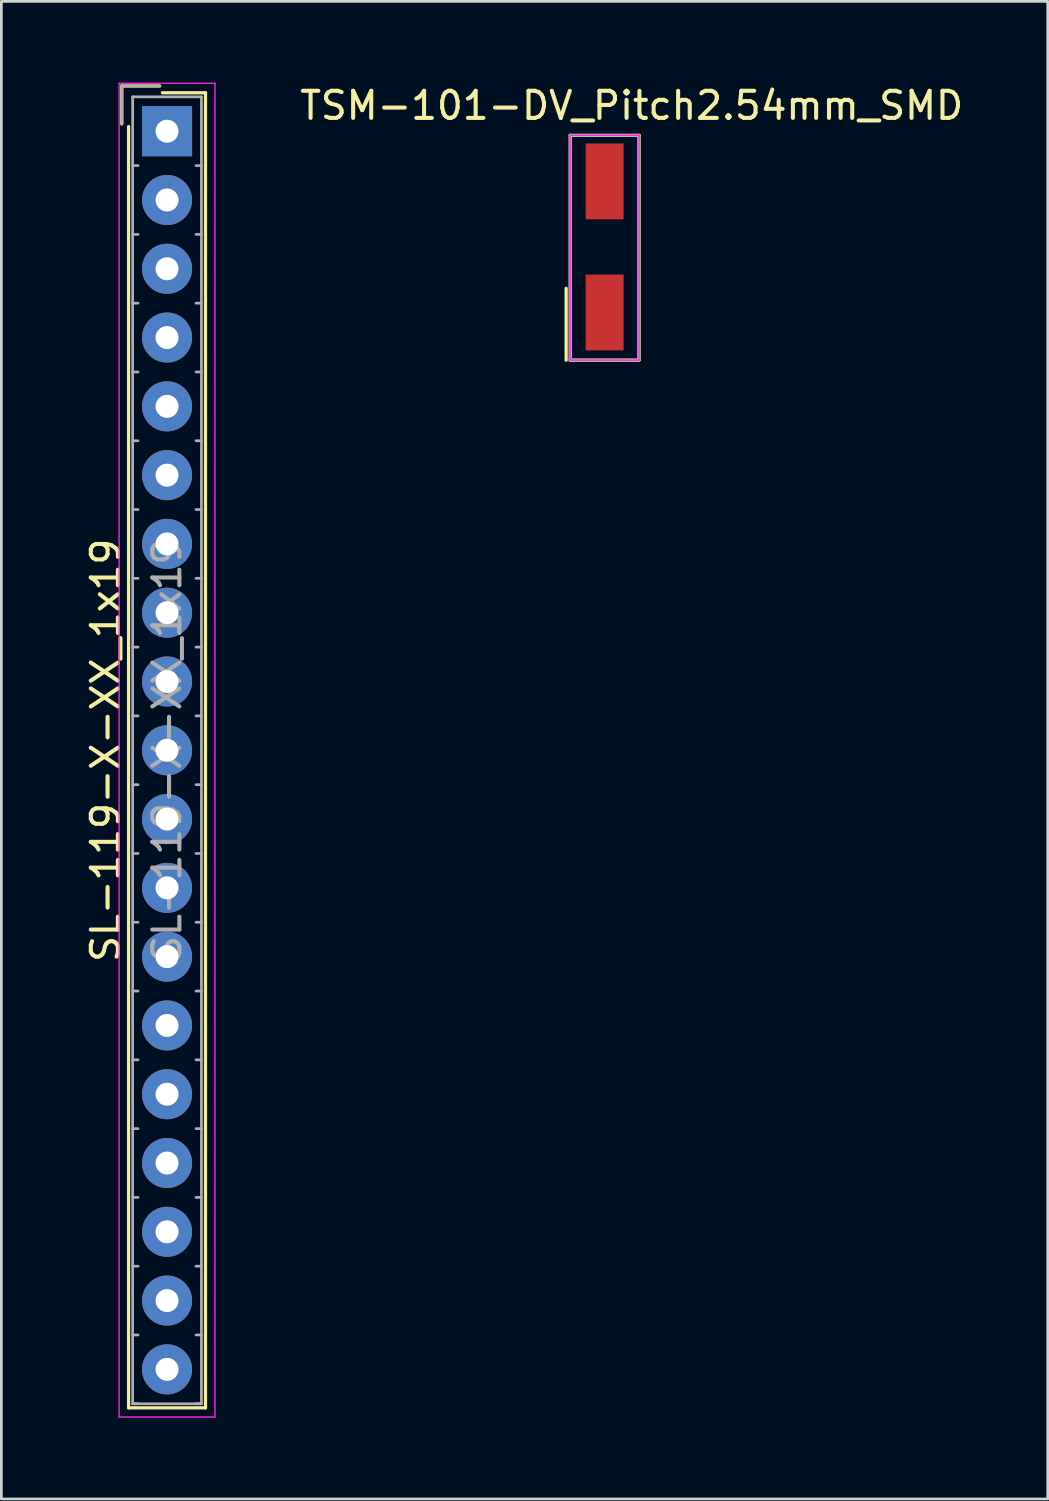
<source format=kicad_pcb>
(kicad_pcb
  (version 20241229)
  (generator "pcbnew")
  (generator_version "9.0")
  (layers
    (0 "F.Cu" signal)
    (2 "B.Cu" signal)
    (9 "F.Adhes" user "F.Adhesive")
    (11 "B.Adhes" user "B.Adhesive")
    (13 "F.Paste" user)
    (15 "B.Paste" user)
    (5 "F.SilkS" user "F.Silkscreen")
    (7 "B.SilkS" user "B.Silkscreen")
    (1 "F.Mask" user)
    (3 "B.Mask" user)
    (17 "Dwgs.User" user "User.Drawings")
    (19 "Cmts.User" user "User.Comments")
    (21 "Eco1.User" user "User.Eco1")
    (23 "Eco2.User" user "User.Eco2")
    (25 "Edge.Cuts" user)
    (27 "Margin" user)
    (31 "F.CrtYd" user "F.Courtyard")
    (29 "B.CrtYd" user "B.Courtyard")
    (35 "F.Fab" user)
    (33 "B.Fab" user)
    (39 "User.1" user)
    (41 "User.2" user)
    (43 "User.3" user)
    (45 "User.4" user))
  (footprint "TSM-101-DV_Pitch2.54mm_SMD"
    (layer "F.Cu")
    (at 19.276 6.068)
    (property "Reference" "TSM-101-DV_Pitch2.54mm_SMD" (at 1 -5.22 0) (layer "F.SilkS") (effects (font (size 1 1) (thickness 0.15))))
    (attr smd)
    (fp_line (start -1.42 4.18) (end -1.42 1.53) (stroke (width 0.12) (type solid)) (layer "F.SilkS"))
    (fp_line (start -1.27 -4.12) (end 1.27 -4.12) (stroke (width 0.12) (type solid)) (layer "F.SilkS"))
    (fp_line (start -1.27 4.18) (end -1.27 -4.12) (stroke (width 0.12) (type solid)) (layer "F.SilkS"))
    (fp_line (start 1.27 -4.12) (end 1.27 4.18) (stroke (width 0.12) (type solid)) (layer "F.SilkS"))
    (fp_line (start 1.27 4.18) (end -1.27 4.18) (stroke (width 0.12) (type solid)) (layer "F.SilkS"))
    (fp_line (start -1.27 -4.12) (end 1.27 -4.12) (stroke (width 0.05) (type solid)) (layer "F.CrtYd"))
    (fp_line (start -1.27 4.18) (end -1.27 -4.12) (stroke (width 0.05) (type solid)) (layer "F.CrtYd"))
    (fp_line (start 1.27 -4.12) (end 1.27 4.18) (stroke (width 0.05) (type solid)) (layer "F.CrtYd"))
    (fp_line (start 1.27 4.18) (end -1.27 4.18) (stroke (width 0.05) (type solid)) (layer "F.CrtYd"))
    (fp_line (start -1.27 -4.12) (end 1.27 -4.12) (stroke (width 0.1) (type solid)) (layer "F.Fab"))
    (fp_line (start -1.27 4.18) (end -1.27 -4.12) (stroke (width 0.1) (type solid)) (layer "F.Fab"))
    (fp_line (start 1.27 -4.12) (end 1.27 4.18) (stroke (width 0.1) (type solid)) (layer "F.Fab"))
    (fp_line (start 1.27 4.18) (end -1.27 4.18) (stroke (width 0.1) (type solid)) (layer "F.Fab"))
    (pad "1" smd rect (at 0 2.42) (size 1.4 2.8) (layers "F.Cu" "F.Mask" "F.Paste"))
    (pad "2" smd rect (at 0 -2.42) (size 1.4 2.8) (layers "F.Cu" "F.Mask" "F.Paste")))
  (footprint "SL-119-X-XX_1x19"
    (layer "F.Cu")
    (at 3.118 1.795)
    (property "Reference" "SL-119-X-XX_1x19" (at -2.27 22.86 90) (layer "F.SilkS") (effects (font (size 1 1) (thickness 0.15))))
    (attr through_hole)
    (fp_line (start -1.67 -1.67) (end -1.67 -0.27) (stroke (width 0.12) (type solid)) (layer "F.SilkS"))
    (fp_line (start -1.42 47.14) (end -1.42 -0.17) (stroke (width 0.12) (type solid)) (layer "F.SilkS"))
    (fp_line (start -0.27 -1.67) (end -1.67 -1.67) (stroke (width 0.12) (type solid)) (layer "F.SilkS"))
    (fp_line (start -0.17 -1.42) (end 1.42 -1.42) (stroke (width 0.12) (type solid)) (layer "F.SilkS"))
    (fp_line (start 1.42 -1.42) (end 1.42 47.14) (stroke (width 0.12) (type solid)) (layer "F.SilkS"))
    (fp_line (start 1.42 47.14) (end -1.42 47.14) (stroke (width 0.12) (type solid)) (layer "F.SilkS"))
    (fp_line (start -1.77 -1.77) (end -1.77 47.48) (stroke (width 0.05) (type solid)) (layer "F.CrtYd"))
    (fp_line (start -1.77 47.48) (end 1.77 47.48) (stroke (width 0.05) (type solid)) (layer "F.CrtYd"))
    (fp_line (start 1.77 -1.77) (end -1.77 -1.77) (stroke (width 0.05) (type solid)) (layer "F.CrtYd"))
    (fp_line (start 1.77 47.48) (end 1.77 -1.77) (stroke (width 0.05) (type solid)) (layer "F.CrtYd"))
    (fp_line (start -1.67 -1.67) (end -1.67 -0.27) (stroke (width 0.1) (type solid)) (layer "F.Fab"))
    (fp_line (start -1.27 -1.27) (end -1.27 46.99) (stroke (width 0.1) (type solid)) (layer "F.Fab"))
    (fp_line (start -1.27 1.27) (end -1.07 1.27) (stroke (width 0.1) (type solid)) (layer "F.Fab"))
    (fp_line (start -1.27 3.81) (end -1.07 3.81) (stroke (width 0.1) (type solid)) (layer "F.Fab"))
    (fp_line (start -1.27 6.35) (end -1.07 6.35) (stroke (width 0.1) (type solid)) (layer "F.Fab"))
    (fp_line (start -1.27 8.89) (end -1.07 8.89) (stroke (width 0.1) (type solid)) (layer "F.Fab"))
    (fp_line (start -1.27 11.43) (end -1.07 11.43) (stroke (width 0.1) (type solid)) (layer "F.Fab"))
    (fp_line (start -1.27 13.97) (end -1.07 13.97) (stroke (width 0.1) (type solid)) (layer "F.Fab"))
    (fp_line (start -1.27 16.51) (end -1.07 16.51) (stroke (width 0.1) (type solid)) (layer "F.Fab"))
    (fp_line (start -1.27 19.05) (end -1.07 19.05) (stroke (width 0.1) (type solid)) (layer "F.Fab"))
    (fp_line (start -1.27 21.59) (end -1.07 21.59) (stroke (width 0.1) (type solid)) (layer "F.Fab"))
    (fp_line (start -1.27 24.13) (end -1.07 24.13) (stroke (width 0.1) (type solid)) (layer "F.Fab"))
    (fp_line (start -1.27 26.67) (end -1.07 26.67) (stroke (width 0.1) (type solid)) (layer "F.Fab"))
    (fp_line (start -1.27 29.21) (end -1.07 29.21) (stroke (width 0.1) (type solid)) (layer "F.Fab"))
    (fp_line (start -1.27 31.75) (end -1.07 31.75) (stroke (width 0.1) (type solid)) (layer "F.Fab"))
    (fp_line (start -1.27 34.29) (end -1.07 34.29) (stroke (width 0.1) (type solid)) (layer "F.Fab"))
    (fp_line (start -1.27 36.83) (end -1.07 36.83) (stroke (width 0.1) (type solid)) (layer "F.Fab"))
    (fp_line (start -1.27 39.37) (end -1.07 39.37) (stroke (width 0.1) (type solid)) (layer "F.Fab"))
    (fp_line (start -1.27 41.91) (end -1.07 41.91) (stroke (width 0.1) (type solid)) (layer "F.Fab"))
    (fp_line (start -1.27 44.45) (end -1.07 44.45) (stroke (width 0.1) (type solid)) (layer "F.Fab"))
    (fp_line (start -1.27 46.99) (end -1.07 46.99) (stroke (width 0.1) (type solid)) (layer "F.Fab"))
    (fp_line (start -1.27 46.99) (end 1.27 46.99) (stroke (width 0.1) (type solid)) (layer "F.Fab"))
    (fp_line (start -0.27 -1.67) (end -1.67 -1.67) (stroke (width 0.1) (type solid)) (layer "F.Fab"))
    (fp_line (start 1.27 -1.27) (end -1.27 -1.27) (stroke (width 0.1) (type solid)) (layer "F.Fab"))
    (fp_line (start 1.27 1.27) (end 1.07 1.27) (stroke (width 0.1) (type solid)) (layer "F.Fab"))
    (fp_line (start 1.27 3.81) (end 1.07 3.81) (stroke (width 0.1) (type solid)) (layer "F.Fab"))
    (fp_line (start 1.27 6.35) (end 1.07 6.35) (stroke (width 0.1) (type solid)) (layer "F.Fab"))
    (fp_line (start 1.27 8.89) (end 1.07 8.89) (stroke (width 0.1) (type solid)) (layer "F.Fab"))
    (fp_line (start 1.27 11.43) (end 1.07 11.43) (stroke (width 0.1) (type solid)) (layer "F.Fab"))
    (fp_line (start 1.27 13.97) (end 1.07 13.97) (stroke (width 0.1) (type solid)) (layer "F.Fab"))
    (fp_line (start 1.27 16.51) (end 1.07 16.51) (stroke (width 0.1) (type solid)) (layer "F.Fab"))
    (fp_line (start 1.27 19.05) (end 1.07 19.05) (stroke (width 0.1) (type solid)) (layer "F.Fab"))
    (fp_line (start 1.27 21.59) (end 1.07 21.59) (stroke (width 0.1) (type solid)) (layer "F.Fab"))
    (fp_line (start 1.27 24.13) (end 1.07 24.13) (stroke (width 0.1) (type solid)) (layer "F.Fab"))
    (fp_line (start 1.27 26.67) (end 1.07 26.67) (stroke (width 0.1) (type solid)) (layer "F.Fab"))
    (fp_line (start 1.27 29.21) (end 1.07 29.21) (stroke (width 0.1) (type solid)) (layer "F.Fab"))
    (fp_line (start 1.27 31.75) (end 1.07 31.75) (stroke (width 0.1) (type solid)) (layer "F.Fab"))
    (fp_line (start 1.27 34.29) (end 1.07 34.29) (stroke (width 0.1) (type solid)) (layer "F.Fab"))
    (fp_line (start 1.27 36.83) (end 1.07 36.83) (stroke (width 0.1) (type solid)) (layer "F.Fab"))
    (fp_line (start 1.27 39.37) (end 1.07 39.37) (stroke (width 0.1) (type solid)) (layer "F.Fab"))
    (fp_line (start 1.27 41.91) (end 1.07 41.91) (stroke (width 0.1) (type solid)) (layer "F.Fab"))
    (fp_line (start 1.27 44.45) (end 1.07 44.45) (stroke (width 0.1) (type solid)) (layer "F.Fab"))
    (fp_line (start 1.27 46.99) (end 1.07 46.99) (stroke (width 0.1) (type solid)) (layer "F.Fab"))
    (fp_line (start 1.27 46.99) (end 1.27 -1.27) (stroke (width 0.1) (type solid)) (layer "F.Fab"))
    (fp_text user "${REFERENCE}" (at 0 22.86 90) (layer "F.Fab") (effects (font (size 1 1) (thickness 0.15))))
    (pad "1" thru_hole rect (at 0 0) (size 1.85 1.85) (drill 0.85) (layers "*.Cu" "*.Mask"))
    (pad "2" thru_hole circle (at 0 2.54) (size 1.85 1.85) (drill 0.85) (layers "*.Cu" "*.Mask"))
    (pad "3" thru_hole circle (at 0 5.08) (size 1.85 1.85) (drill 0.85) (layers "*.Cu" "*.Mask"))
    (pad "4" thru_hole circle (at 0 7.62) (size 1.85 1.85) (drill 0.85) (layers "*.Cu" "*.Mask"))
    (pad "5" thru_hole circle (at 0 10.16) (size 1.85 1.85) (drill 0.85) (layers "*.Cu" "*.Mask"))
    (pad "6" thru_hole circle (at 0 12.7) (size 1.85 1.85) (drill 0.85) (layers "*.Cu" "*.Mask"))
    (pad "7" thru_hole circle (at 0 15.24) (size 1.85 1.85) (drill 0.85) (layers "*.Cu" "*.Mask"))
    (pad "8" thru_hole circle (at 0 17.78) (size 1.85 1.85) (drill 0.85) (layers "*.Cu" "*.Mask"))
    (pad "9" thru_hole circle (at 0 20.32) (size 1.85 1.85) (drill 0.85) (layers "*.Cu" "*.Mask"))
    (pad "10" thru_hole circle (at 0 22.86) (size 1.85 1.85) (drill 0.85) (layers "*.Cu" "*.Mask"))
    (pad "11" thru_hole circle (at 0 25.4) (size 1.85 1.85) (drill 0.85) (layers "*.Cu" "*.Mask"))
    (pad "12" thru_hole circle (at 0 27.94) (size 1.85 1.85) (drill 0.85) (layers "*.Cu" "*.Mask"))
    (pad "13" thru_hole circle (at 0 30.48) (size 1.85 1.85) (drill 0.85) (layers "*.Cu" "*.Mask"))
    (pad "14" thru_hole circle (at 0 33.02) (size 1.85 1.85) (drill 0.85) (layers "*.Cu" "*.Mask"))
    (pad "15" thru_hole circle (at 0 35.56) (size 1.85 1.85) (drill 0.85) (layers "*.Cu" "*.Mask"))
    (pad "16" thru_hole circle (at 0 38.1) (size 1.85 1.85) (drill 0.85) (layers "*.Cu" "*.Mask"))
    (pad "17" thru_hole circle (at 0 40.64) (size 1.85 1.85) (drill 0.85) (layers "*.Cu" "*.Mask"))
    (pad "18" thru_hole circle (at 0 43.18) (size 1.85 1.85) (drill 0.85) (layers "*.Cu" "*.Mask"))
    (pad "19" thru_hole circle (at 0 45.72) (size 1.85 1.85) (drill 0.85) (layers "*.Cu" "*.Mask")))
  (gr_rect
    (start -3 -3)
    (end 35.639 52.3)
    (stroke (width 0.1) (type default))
    (fill no)
    (layer "Edge.Cuts")))
</source>
